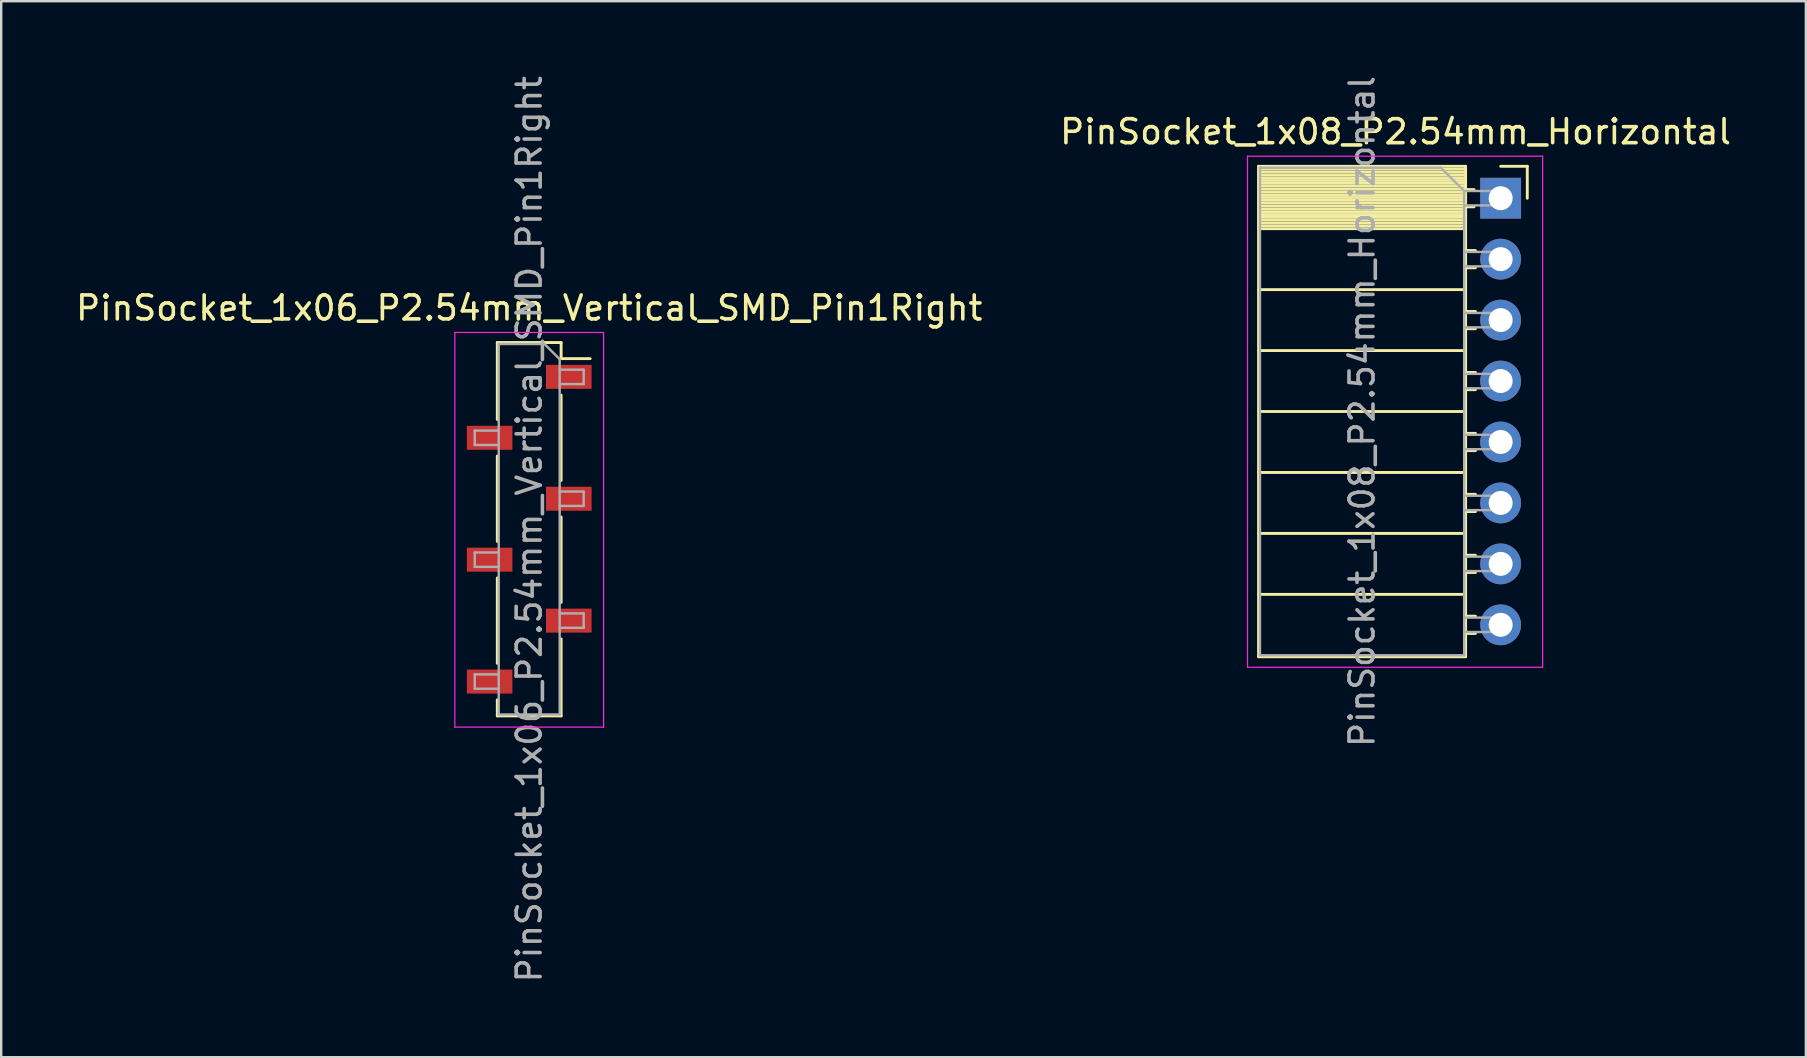
<source format=kicad_pcb>
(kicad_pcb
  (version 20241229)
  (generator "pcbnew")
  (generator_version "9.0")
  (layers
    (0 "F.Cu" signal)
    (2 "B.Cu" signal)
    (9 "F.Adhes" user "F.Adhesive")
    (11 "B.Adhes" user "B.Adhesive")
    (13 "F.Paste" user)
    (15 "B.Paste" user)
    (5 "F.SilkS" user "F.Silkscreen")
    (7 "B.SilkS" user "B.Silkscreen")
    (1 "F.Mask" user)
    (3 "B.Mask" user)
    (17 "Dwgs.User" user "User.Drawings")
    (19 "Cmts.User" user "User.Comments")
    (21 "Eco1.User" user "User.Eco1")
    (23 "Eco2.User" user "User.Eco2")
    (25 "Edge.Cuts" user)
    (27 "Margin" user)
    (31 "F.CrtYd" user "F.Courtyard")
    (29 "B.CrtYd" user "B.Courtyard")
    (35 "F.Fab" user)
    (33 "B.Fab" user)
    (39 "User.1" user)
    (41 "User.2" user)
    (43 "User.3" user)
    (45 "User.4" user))
  (footprint "PinSocket_1x08_P2.54mm_Horizontal"
    (layer "F.Cu")
    (at 59.493 5.211)
    (property "Reference" "PinSocket_1x08_P2.54mm_Horizontal" (at -4.38 -2.77 0) (layer "F.SilkS") (effects (font (size 1 1) (thickness 0.15))))
    (attr through_hole)
    (fp_line (start -10.09 -1.33) (end -10.09 19.11) (stroke (width 0.12) (type solid)) (layer "F.SilkS"))
    (fp_line (start -10.09 -1.33) (end -1.46 -1.33) (stroke (width 0.12) (type solid)) (layer "F.SilkS"))
    (fp_line (start -10.09 -1.21) (end -1.46 -1.21) (stroke (width 0.12) (type solid)) (layer "F.SilkS"))
    (fp_line (start -10.09 -1.092) (end -1.46 -1.092) (stroke (width 0.12) (type solid)) (layer "F.SilkS"))
    (fp_line (start -10.09 -0.974) (end -1.46 -0.974) (stroke (width 0.12) (type solid)) (layer "F.SilkS"))
    (fp_line (start -10.09 -0.856) (end -1.46 -0.856) (stroke (width 0.12) (type solid)) (layer "F.SilkS"))
    (fp_line (start -10.09 -0.738) (end -1.46 -0.738) (stroke (width 0.12) (type solid)) (layer "F.SilkS"))
    (fp_line (start -10.09 -0.62) (end -1.46 -0.62) (stroke (width 0.12) (type solid)) (layer "F.SilkS"))
    (fp_line (start -10.09 -0.501) (end -1.46 -0.501) (stroke (width 0.12) (type solid)) (layer "F.SilkS"))
    (fp_line (start -10.09 -0.383) (end -1.46 -0.383) (stroke (width 0.12) (type solid)) (layer "F.SilkS"))
    (fp_line (start -10.09 -0.265) (end -1.46 -0.265) (stroke (width 0.12) (type solid)) (layer "F.SilkS"))
    (fp_line (start -10.09 -0.147) (end -1.46 -0.147) (stroke (width 0.12) (type solid)) (layer "F.SilkS"))
    (fp_line (start -10.09 -0.029) (end -1.46 -0.029) (stroke (width 0.12) (type solid)) (layer "F.SilkS"))
    (fp_line (start -10.09 0.089) (end -1.46 0.089) (stroke (width 0.12) (type solid)) (layer "F.SilkS"))
    (fp_line (start -10.09 0.207) (end -1.46 0.207) (stroke (width 0.12) (type solid)) (layer "F.SilkS"))
    (fp_line (start -10.09 0.325) (end -1.46 0.325) (stroke (width 0.12) (type solid)) (layer "F.SilkS"))
    (fp_line (start -10.09 0.443) (end -1.46 0.443) (stroke (width 0.12) (type solid)) (layer "F.SilkS"))
    (fp_line (start -10.09 0.561) (end -1.46 0.561) (stroke (width 0.12) (type solid)) (layer "F.SilkS"))
    (fp_line (start -10.09 0.68) (end -1.46 0.68) (stroke (width 0.12) (type solid)) (layer "F.SilkS"))
    (fp_line (start -10.09 0.798) (end -1.46 0.798) (stroke (width 0.12) (type solid)) (layer "F.SilkS"))
    (fp_line (start -10.09 0.916) (end -1.46 0.916) (stroke (width 0.12) (type solid)) (layer "F.SilkS"))
    (fp_line (start -10.09 1.034) (end -1.46 1.034) (stroke (width 0.12) (type solid)) (layer "F.SilkS"))
    (fp_line (start -10.09 1.152) (end -1.46 1.152) (stroke (width 0.12) (type solid)) (layer "F.SilkS"))
    (fp_line (start -10.09 1.27) (end -1.46 1.27) (stroke (width 0.12) (type solid)) (layer "F.SilkS"))
    (fp_line (start -10.09 3.81) (end -1.46 3.81) (stroke (width 0.12) (type solid)) (layer "F.SilkS"))
    (fp_line (start -10.09 6.35) (end -1.46 6.35) (stroke (width 0.12) (type solid)) (layer "F.SilkS"))
    (fp_line (start -10.09 8.89) (end -1.46 8.89) (stroke (width 0.12) (type solid)) (layer "F.SilkS"))
    (fp_line (start -10.09 11.43) (end -1.46 11.43) (stroke (width 0.12) (type solid)) (layer "F.SilkS"))
    (fp_line (start -10.09 13.97) (end -1.46 13.97) (stroke (width 0.12) (type solid)) (layer "F.SilkS"))
    (fp_line (start -10.09 16.51) (end -1.46 16.51) (stroke (width 0.12) (type solid)) (layer "F.SilkS"))
    (fp_line (start -10.09 19.11) (end -1.46 19.11) (stroke (width 0.12) (type solid)) (layer "F.SilkS"))
    (fp_line (start -1.46 -1.33) (end -1.46 19.11) (stroke (width 0.12) (type solid)) (layer "F.SilkS"))
    (fp_line (start -1.46 -0.36) (end -1.11 -0.36) (stroke (width 0.12) (type solid)) (layer "F.SilkS"))
    (fp_line (start -1.46 0.36) (end -1.11 0.36) (stroke (width 0.12) (type solid)) (layer "F.SilkS"))
    (fp_line (start -1.46 2.18) (end -1.05 2.18) (stroke (width 0.12) (type solid)) (layer "F.SilkS"))
    (fp_line (start -1.46 2.9) (end -1.05 2.9) (stroke (width 0.12) (type solid)) (layer "F.SilkS"))
    (fp_line (start -1.46 4.72) (end -1.05 4.72) (stroke (width 0.12) (type solid)) (layer "F.SilkS"))
    (fp_line (start -1.46 5.44) (end -1.05 5.44) (stroke (width 0.12) (type solid)) (layer "F.SilkS"))
    (fp_line (start -1.46 7.26) (end -1.05 7.26) (stroke (width 0.12) (type solid)) (layer "F.SilkS"))
    (fp_line (start -1.46 7.98) (end -1.05 7.98) (stroke (width 0.12) (type solid)) (layer "F.SilkS"))
    (fp_line (start -1.46 9.8) (end -1.05 9.8) (stroke (width 0.12) (type solid)) (layer "F.SilkS"))
    (fp_line (start -1.46 10.52) (end -1.05 10.52) (stroke (width 0.12) (type solid)) (layer "F.SilkS"))
    (fp_line (start -1.46 12.34) (end -1.05 12.34) (stroke (width 0.12) (type solid)) (layer "F.SilkS"))
    (fp_line (start -1.46 13.06) (end -1.05 13.06) (stroke (width 0.12) (type solid)) (layer "F.SilkS"))
    (fp_line (start -1.46 14.88) (end -1.05 14.88) (stroke (width 0.12) (type solid)) (layer "F.SilkS"))
    (fp_line (start -1.46 15.6) (end -1.05 15.6) (stroke (width 0.12) (type solid)) (layer "F.SilkS"))
    (fp_line (start -1.46 17.42) (end -1.05 17.42) (stroke (width 0.12) (type solid)) (layer "F.SilkS"))
    (fp_line (start -1.46 18.14) (end -1.05 18.14) (stroke (width 0.12) (type solid)) (layer "F.SilkS"))
    (fp_line (start 0 -1.33) (end 1.11 -1.33) (stroke (width 0.12) (type solid)) (layer "F.SilkS"))
    (fp_line (start 1.11 -1.33) (end 1.11 0) (stroke (width 0.12) (type solid)) (layer "F.SilkS"))
    (fp_line (start -10.55 -1.75) (end -10.55 19.55) (stroke (width 0.05) (type solid)) (layer "F.CrtYd"))
    (fp_line (start -10.55 19.55) (end 1.75 19.55) (stroke (width 0.05) (type solid)) (layer "F.CrtYd"))
    (fp_line (start 1.75 -1.75) (end -10.55 -1.75) (stroke (width 0.05) (type solid)) (layer "F.CrtYd"))
    (fp_line (start 1.75 19.55) (end 1.75 -1.75) (stroke (width 0.05) (type solid)) (layer "F.CrtYd"))
    (fp_line (start -10.03 -1.27) (end -2.49 -1.27) (stroke (width 0.1) (type solid)) (layer "F.Fab"))
    (fp_line (start -10.03 19.05) (end -10.03 -1.27) (stroke (width 0.1) (type solid)) (layer "F.Fab"))
    (fp_line (start -2.49 -1.27) (end -1.52 -0.3) (stroke (width 0.1) (type solid)) (layer "F.Fab"))
    (fp_line (start -1.52 -0.3) (end -1.52 19.05) (stroke (width 0.1) (type solid)) (layer "F.Fab"))
    (fp_line (start -1.52 0.3) (end 0 0.3) (stroke (width 0.1) (type solid)) (layer "F.Fab"))
    (fp_line (start -1.52 2.84) (end 0 2.84) (stroke (width 0.1) (type solid)) (layer "F.Fab"))
    (fp_line (start -1.52 5.38) (end 0 5.38) (stroke (width 0.1) (type solid)) (layer "F.Fab"))
    (fp_line (start -1.52 7.92) (end 0 7.92) (stroke (width 0.1) (type solid)) (layer "F.Fab"))
    (fp_line (start -1.52 10.46) (end 0 10.46) (stroke (width 0.1) (type solid)) (layer "F.Fab"))
    (fp_line (start -1.52 13) (end 0 13) (stroke (width 0.1) (type solid)) (layer "F.Fab"))
    (fp_line (start -1.52 15.54) (end 0 15.54) (stroke (width 0.1) (type solid)) (layer "F.Fab"))
    (fp_line (start -1.52 18.08) (end 0 18.08) (stroke (width 0.1) (type solid)) (layer "F.Fab"))
    (fp_line (start -1.52 19.05) (end -10.03 19.05) (stroke (width 0.1) (type solid)) (layer "F.Fab"))
    (fp_line (start 0 -0.3) (end -1.52 -0.3) (stroke (width 0.1) (type solid)) (layer "F.Fab"))
    (fp_line (start 0 0.3) (end 0 -0.3) (stroke (width 0.1) (type solid)) (layer "F.Fab"))
    (fp_line (start 0 2.24) (end -1.52 2.24) (stroke (width 0.1) (type solid)) (layer "F.Fab"))
    (fp_line (start 0 2.84) (end 0 2.24) (stroke (width 0.1) (type solid)) (layer "F.Fab"))
    (fp_line (start 0 4.78) (end -1.52 4.78) (stroke (width 0.1) (type solid)) (layer "F.Fab"))
    (fp_line (start 0 5.38) (end 0 4.78) (stroke (width 0.1) (type solid)) (layer "F.Fab"))
    (fp_line (start 0 7.32) (end -1.52 7.32) (stroke (width 0.1) (type solid)) (layer "F.Fab"))
    (fp_line (start 0 7.92) (end 0 7.32) (stroke (width 0.1) (type solid)) (layer "F.Fab"))
    (fp_line (start 0 9.86) (end -1.52 9.86) (stroke (width 0.1) (type solid)) (layer "F.Fab"))
    (fp_line (start 0 10.46) (end 0 9.86) (stroke (width 0.1) (type solid)) (layer "F.Fab"))
    (fp_line (start 0 12.4) (end -1.52 12.4) (stroke (width 0.1) (type solid)) (layer "F.Fab"))
    (fp_line (start 0 13) (end 0 12.4) (stroke (width 0.1) (type solid)) (layer "F.Fab"))
    (fp_line (start 0 14.94) (end -1.52 14.94) (stroke (width 0.1) (type solid)) (layer "F.Fab"))
    (fp_line (start 0 15.54) (end 0 14.94) (stroke (width 0.1) (type solid)) (layer "F.Fab"))
    (fp_line (start 0 17.48) (end -1.52 17.48) (stroke (width 0.1) (type solid)) (layer "F.Fab"))
    (fp_line (start 0 18.08) (end 0 17.48) (stroke (width 0.1) (type solid)) (layer "F.Fab"))
    (fp_text user "${REFERENCE}" (at -5.775 8.89 90) (layer "F.Fab") (effects (font (size 1 1) (thickness 0.15))))
    (pad "1" thru_hole rect (at 0 0) (size 1.7 1.7) (drill 1) (layers "*.Cu" "*.Mask"))
    (pad "2" thru_hole circle (at 0 2.54) (size 1.7 1.7) (drill 1) (layers "*.Cu" "*.Mask"))
    (pad "3" thru_hole circle (at 0 5.08) (size 1.7 1.7) (drill 1) (layers "*.Cu" "*.Mask"))
    (pad "4" thru_hole circle (at 0 7.62) (size 1.7 1.7) (drill 1) (layers "*.Cu" "*.Mask"))
    (pad "5" thru_hole circle (at 0 10.16) (size 1.7 1.7) (drill 1) (layers "*.Cu" "*.Mask"))
    (pad "6" thru_hole circle (at 0 12.7) (size 1.7 1.7) (drill 1) (layers "*.Cu" "*.Mask"))
    (pad "7" thru_hole circle (at 0 15.24) (size 1.7 1.7) (drill 1) (layers "*.Cu" "*.Mask"))
    (pad "8" thru_hole circle (at 0 17.78) (size 1.7 1.7) (drill 1) (layers "*.Cu" "*.Mask")))
  (footprint "PinSocket_1x06_P2.54mm_Vertical_SMD_Pin1Right"
    (layer "F.Cu")
    (at 19.006 19.006)
    (property "Reference" "PinSocket_1x06_P2.54mm_Vertical_SMD_Pin1Right" (at 0 -9.22 0) (layer "F.SilkS") (effects (font (size 1 1) (thickness 0.15))))
    (attr smd)
    (fp_line (start -1.33 -7.78) (end -1.33 -4.57) (stroke (width 0.12) (type solid)) (layer "F.SilkS"))
    (fp_line (start -1.33 -7.78) (end 1.33 -7.78) (stroke (width 0.12) (type solid)) (layer "F.SilkS"))
    (fp_line (start -1.33 -3.05) (end -1.33 0.51) (stroke (width 0.12) (type solid)) (layer "F.SilkS"))
    (fp_line (start -1.33 2.03) (end -1.33 5.59) (stroke (width 0.12) (type solid)) (layer "F.SilkS"))
    (fp_line (start -1.33 7.11) (end -1.33 7.78) (stroke (width 0.12) (type solid)) (layer "F.SilkS"))
    (fp_line (start -1.33 7.78) (end 1.33 7.78) (stroke (width 0.12) (type solid)) (layer "F.SilkS"))
    (fp_line (start 1.33 -7.78) (end 1.33 -7.11) (stroke (width 0.12) (type solid)) (layer "F.SilkS"))
    (fp_line (start 1.33 -7.11) (end 2.54 -7.11) (stroke (width 0.12) (type solid)) (layer "F.SilkS"))
    (fp_line (start 1.33 -5.59) (end 1.33 -2.03) (stroke (width 0.12) (type solid)) (layer "F.SilkS"))
    (fp_line (start 1.33 -0.51) (end 1.33 3.05) (stroke (width 0.12) (type solid)) (layer "F.SilkS"))
    (fp_line (start 1.33 4.57) (end 1.33 7.78) (stroke (width 0.12) (type solid)) (layer "F.SilkS"))
    (fp_line (start -3.1 -8.2) (end 3.1 -8.2) (stroke (width 0.05) (type solid)) (layer "F.CrtYd"))
    (fp_line (start -3.1 8.25) (end -3.1 -8.2) (stroke (width 0.05) (type solid)) (layer "F.CrtYd"))
    (fp_line (start 3.1 -8.2) (end 3.1 8.25) (stroke (width 0.05) (type solid)) (layer "F.CrtYd"))
    (fp_line (start 3.1 8.25) (end -3.1 8.25) (stroke (width 0.05) (type solid)) (layer "F.CrtYd"))
    (fp_line (start -2.27 -4.11) (end -1.27 -4.11) (stroke (width 0.1) (type solid)) (layer "F.Fab"))
    (fp_line (start -2.27 -3.51) (end -2.27 -4.11) (stroke (width 0.1) (type solid)) (layer "F.Fab"))
    (fp_line (start -2.27 0.97) (end -1.27 0.97) (stroke (width 0.1) (type solid)) (layer "F.Fab"))
    (fp_line (start -2.27 1.57) (end -2.27 0.97) (stroke (width 0.1) (type solid)) (layer "F.Fab"))
    (fp_line (start -2.27 6.05) (end -1.27 6.05) (stroke (width 0.1) (type solid)) (layer "F.Fab"))
    (fp_line (start -2.27 6.65) (end -2.27 6.05) (stroke (width 0.1) (type solid)) (layer "F.Fab"))
    (fp_line (start -1.27 -7.72) (end 0.635 -7.72) (stroke (width 0.1) (type solid)) (layer "F.Fab"))
    (fp_line (start -1.27 -3.51) (end -2.27 -3.51) (stroke (width 0.1) (type solid)) (layer "F.Fab"))
    (fp_line (start -1.27 1.57) (end -2.27 1.57) (stroke (width 0.1) (type solid)) (layer "F.Fab"))
    (fp_line (start -1.27 6.65) (end -2.27 6.65) (stroke (width 0.1) (type solid)) (layer "F.Fab"))
    (fp_line (start -1.27 7.72) (end -1.27 -7.72) (stroke (width 0.1) (type solid)) (layer "F.Fab"))
    (fp_line (start 0.635 -7.72) (end 1.27 -7.085) (stroke (width 0.1) (type solid)) (layer "F.Fab"))
    (fp_line (start 1.27 -7.085) (end 1.27 7.72) (stroke (width 0.1) (type solid)) (layer "F.Fab"))
    (fp_line (start 1.27 -6.65) (end 2.27 -6.65) (stroke (width 0.1) (type solid)) (layer "F.Fab"))
    (fp_line (start 1.27 -1.57) (end 2.27 -1.57) (stroke (width 0.1) (type solid)) (layer "F.Fab"))
    (fp_line (start 1.27 3.51) (end 2.27 3.51) (stroke (width 0.1) (type solid)) (layer "F.Fab"))
    (fp_line (start 1.27 7.72) (end -1.27 7.72) (stroke (width 0.1) (type solid)) (layer "F.Fab"))
    (fp_line (start 2.27 -6.65) (end 2.27 -6.05) (stroke (width 0.1) (type solid)) (layer "F.Fab"))
    (fp_line (start 2.27 -6.05) (end 1.27 -6.05) (stroke (width 0.1) (type solid)) (layer "F.Fab"))
    (fp_line (start 2.27 -1.57) (end 2.27 -0.97) (stroke (width 0.1) (type solid)) (layer "F.Fab"))
    (fp_line (start 2.27 -0.97) (end 1.27 -0.97) (stroke (width 0.1) (type solid)) (layer "F.Fab"))
    (fp_line (start 2.27 3.51) (end 2.27 4.11) (stroke (width 0.1) (type solid)) (layer "F.Fab"))
    (fp_line (start 2.27 4.11) (end 1.27 4.11) (stroke (width 0.1) (type solid)) (layer "F.Fab"))
    (fp_text user "${REFERENCE}" (at 0 0 90) (layer "F.Fab") (effects (font (size 1 1) (thickness 0.15))))
    (pad "1" smd rect (at 1.65 -6.35) (size 1.9 1) (layers "F.Cu" "F.Mask" "F.Paste"))
    (pad "2" smd rect (at -1.65 -3.81) (size 1.9 1) (layers "F.Cu" "F.Mask" "F.Paste"))
    (pad "3" smd rect (at 1.65 -1.27) (size 1.9 1) (layers "F.Cu" "F.Mask" "F.Paste"))
    (pad "4" smd rect (at -1.65 1.27) (size 1.9 1) (layers "F.Cu" "F.Mask" "F.Paste"))
    (pad "5" smd rect (at 1.65 3.81) (size 1.9 1) (layers "F.Cu" "F.Mask" "F.Paste"))
    (pad "6" smd rect (at -1.65 6.35) (size 1.9 1) (layers "F.Cu" "F.Mask" "F.Paste")))
  (gr_rect
    (start -3 -3)
    (end 72.214 41.012)
    (stroke (width 0.1) (type default))
    (fill no)
    (layer "Edge.Cuts")))
</source>
